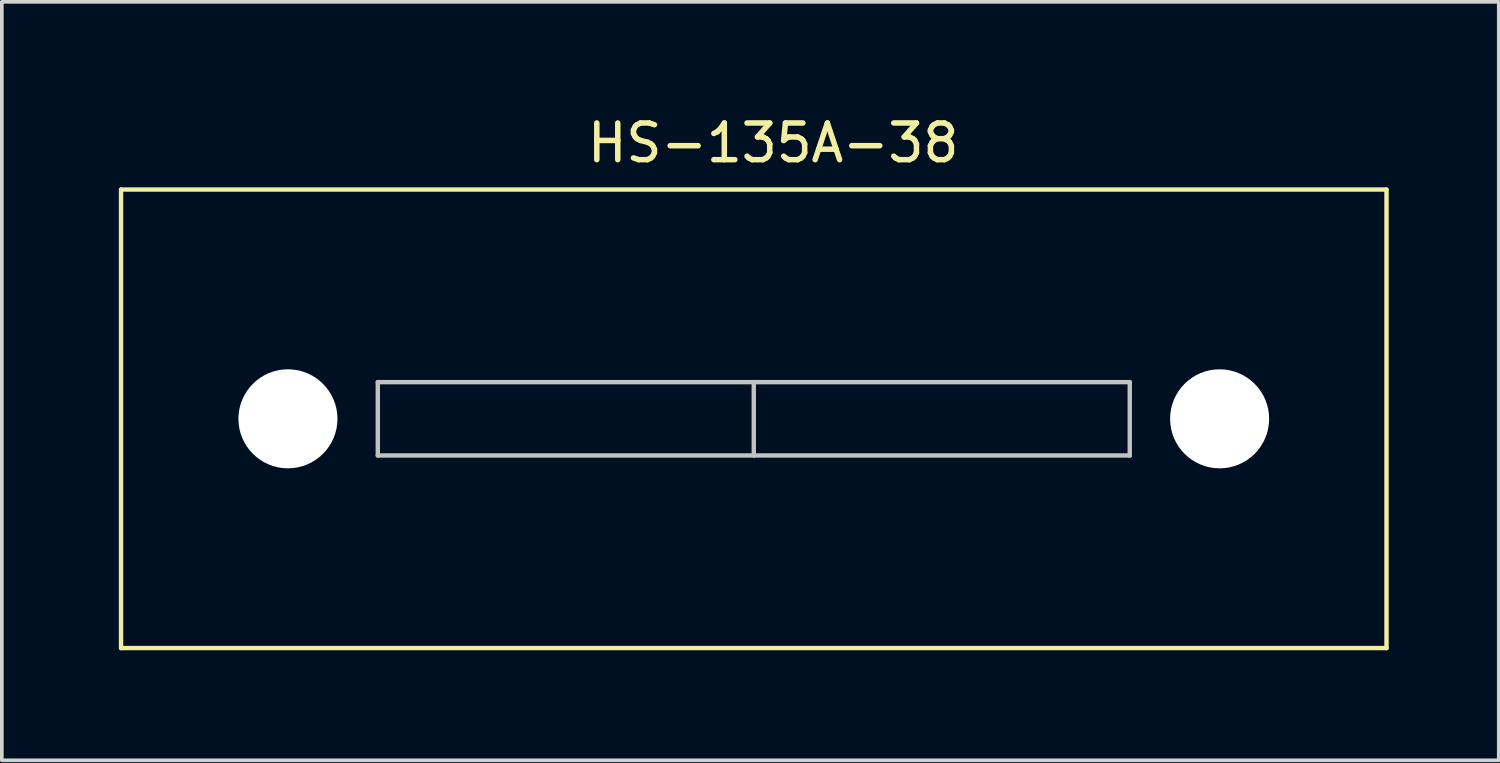
<source format=kicad_pcb>
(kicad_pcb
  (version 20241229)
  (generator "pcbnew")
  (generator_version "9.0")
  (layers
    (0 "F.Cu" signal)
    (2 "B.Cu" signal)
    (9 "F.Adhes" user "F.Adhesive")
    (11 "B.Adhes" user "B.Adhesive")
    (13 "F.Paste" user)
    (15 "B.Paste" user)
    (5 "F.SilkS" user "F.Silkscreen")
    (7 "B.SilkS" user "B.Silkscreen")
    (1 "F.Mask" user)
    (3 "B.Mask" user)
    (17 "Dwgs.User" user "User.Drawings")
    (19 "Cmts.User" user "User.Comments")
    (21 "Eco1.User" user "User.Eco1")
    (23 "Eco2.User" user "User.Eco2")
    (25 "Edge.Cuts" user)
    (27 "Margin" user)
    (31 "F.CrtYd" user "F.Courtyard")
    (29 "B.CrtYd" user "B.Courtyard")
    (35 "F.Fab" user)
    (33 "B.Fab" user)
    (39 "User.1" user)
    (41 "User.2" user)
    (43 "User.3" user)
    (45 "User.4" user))
  (footprint "HS-135A-38"
    (layer "F.Cu")
    (at 0.25 2.118)
    (property "Reference" "HS-135A-38" (at 17.78 -1.27 0) (layer "F.SilkS") (effects (font (size 1 1) (thickness 0.15))))
    (attr through_hole)
    (fp_line (start 0 0) (end 0 12.5) (stroke (width 0.12) (type solid)) (layer "F.SilkS"))
    (fp_line (start 0 0) (end 34.5 0) (stroke (width 0.12) (type solid)) (layer "F.SilkS"))
    (fp_line (start 0 12.5) (end 34.5 12.5) (stroke (width 0.12) (type solid)) (layer "F.SilkS"))
    (fp_line (start 34.5 0) (end 34.5 12.5) (stroke (width 0.12) (type solid)) (layer "F.SilkS"))
    (fp_line (start 7 7.25) (end 7 5.25) (stroke (width 0.12) (type solid)) (layer "Dwgs.User"))
    (fp_line (start 7 7.25) (end 27.5 7.25) (stroke (width 0.12) (type solid)) (layer "Dwgs.User"))
    (fp_line (start 17.25 7.25) (end 17.25 5.25) (stroke (width 0.12) (type solid)) (layer "Dwgs.User"))
    (fp_line (start 27.5 5.25) (end 7 5.25) (stroke (width 0.12) (type solid)) (layer "Dwgs.User"))
    (fp_line (start 27.5 7.25) (end 27.5 5.25) (stroke (width 0.12) (type solid)) (layer "Dwgs.User"))
    (pad "" np_thru_hole circle (at 4.55 6.25) (size 2.7 2.7) (drill 2.7) (layers "*.Cu" "*.Mask"))
    (pad "" np_thru_hole circle (at 29.95 6.25) (size 2.7 2.7) (drill 2.7) (layers "*.Cu" "*.Mask")))
  (gr_rect
    (start -3 -3)
    (end 37.81 17.678)
    (stroke (width 0.1) (type default))
    (fill no)
    (layer "Edge.Cuts")))
</source>
